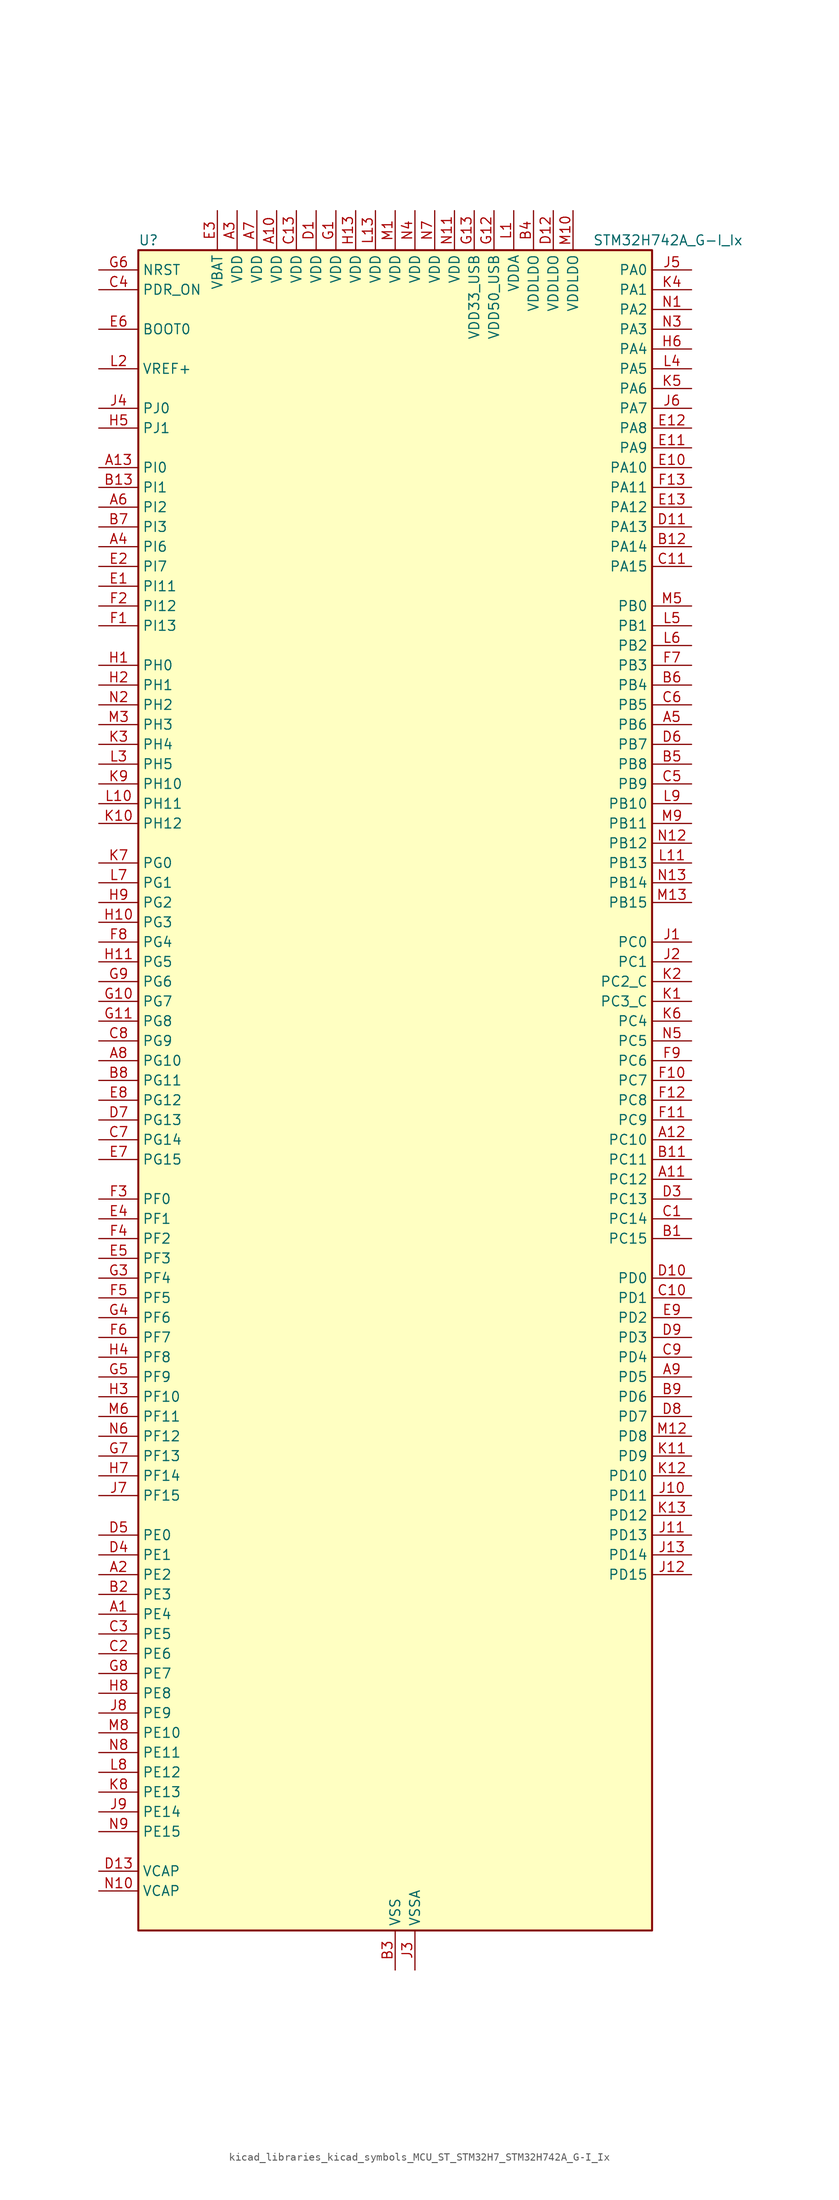
<source format=kicad_sym>
(kicad_symbol_lib
  (version 20220914)
  (generator kicad_symbol_editor)
  (symbol "kicad_libraries_kicad_symbols_MCU_ST_STM32H7_STM32H742A_G-I_Ix"
    (property "Reference" "U"
      (at -33.02 110.49 0)
      (effects (font (size 1.27 1.27)) (justify left)))
    (property "Value" "STM32H742A_G-I_Ix"
      (at 25.4 110.49 0)
      (effects (font (size 1.27 1.27)) (justify left)))
    (property "ki_locked" ""
      (at 0 0 0)
      (effects (font (size 1.27 1.27))))
    (symbol "kicad_libraries_kicad_symbols_MCU_ST_STM32H7_STM32H742A_G-I_Ix_0_1"
      (rectangle (start -33.02 -106.68) (end 33.02 109.22) (stroke (width 0.254) (type default)) (fill (type background))))
    (symbol "kicad_libraries_kicad_symbols_MCU_ST_STM32H7_STM32H742A_G-I_Ix_1_1"
      (pin bidirectional line (at -38.1 -66.04 0) (length 5.08) (name "PE4" (effects (font (size 1.27 1.27)))) (number "A1" (effects (font (size 1.27 1.27)))) (alternate "DCMI_D4" bidirectional line) (alternate "DEBUG_TRACED1" bidirectional line) (alternate "DFSDM1_DATIN3" bidirectional line) (alternate "FMC_A20" bidirectional line) (alternate "SAI1_D2" bidirectional line) (alternate "SAI1_FS_A" bidirectional line) (alternate "SAI4_D2" bidirectional line) (alternate "SAI4_FS_A" bidirectional line) (alternate "SPI4_NSS" bidirectional line) (alternate "TIM15_CH1N" bidirectional line))
      (pin power_in line (at -15.24 114.3 270) (length 5.08) (name "VDD" (effects (font (size 1.27 1.27)))) (number "A10" (effects (font (size 1.27 1.27)))))
      (pin bidirectional line (at 38.1 -10.16 180) (length 5.08) (name "PC12" (effects (font (size 1.27 1.27)))) (number "A11" (effects (font (size 1.27 1.27)))) (alternate "DCMI_D9" bidirectional line) (alternate "DEBUG_TRACED3" bidirectional line) (alternate "HRTIM_EEV2" bidirectional line) (alternate "I2S3_SDO" bidirectional line) (alternate "SDMMC1_CK" bidirectional line) (alternate "SPI3_MOSI" bidirectional line) (alternate "UART5_TX" bidirectional line) (alternate "USART3_CK" bidirectional line))
      (pin bidirectional line (at 38.1 -5.08 180) (length 5.08) (name "PC10" (effects (font (size 1.27 1.27)))) (number "A12" (effects (font (size 1.27 1.27)))) (alternate "DCMI_D8" bidirectional line) (alternate "DFSDM1_CKIN5" bidirectional line) (alternate "HRTIM_EEV1" bidirectional line) (alternate "I2S3_CK" bidirectional line) (alternate "QUADSPI_BK1_IO1" bidirectional line) (alternate "SDMMC1_D2" bidirectional line) (alternate "SPI3_SCK" bidirectional line) (alternate "UART4_TX" bidirectional line) (alternate "USART3_TX" bidirectional line))
      (pin bidirectional line (at -38.1 81.28 0) (length 5.08) (name "PI0" (effects (font (size 1.27 1.27)))) (number "A13" (effects (font (size 1.27 1.27)))) (alternate "DCMI_D13" bidirectional line) (alternate "FMC_D24" bidirectional line) (alternate "I2S2_WS" bidirectional line) (alternate "SPI2_NSS" bidirectional line) (alternate "TIM5_CH4" bidirectional line))
      (pin bidirectional line (at -38.1 -60.96 0) (length 5.08) (name "PE2" (effects (font (size 1.27 1.27)))) (number "A2" (effects (font (size 1.27 1.27)))) (alternate "DEBUG_TRACECLK" bidirectional line) (alternate "ETH_TXD3" bidirectional line) (alternate "FMC_A23" bidirectional line) (alternate "QUADSPI_BK1_IO2" bidirectional line) (alternate "SAI1_CK1" bidirectional line) (alternate "SAI1_MCLK_A" bidirectional line) (alternate "SAI4_CK1" bidirectional line) (alternate "SAI4_MCLK_A" bidirectional line) (alternate "SPI4_SCK" bidirectional line))
      (pin power_in line (at -20.32 114.3 270) (length 5.08) (name "VDD" (effects (font (size 1.27 1.27)))) (number "A3" (effects (font (size 1.27 1.27)))))
      (pin bidirectional line (at -38.1 71.12 0) (length 5.08) (name "PI6" (effects (font (size 1.27 1.27)))) (number "A4" (effects (font (size 1.27 1.27)))) (alternate "DCMI_D6" bidirectional line) (alternate "FMC_D28" bidirectional line) (alternate "SAI2_SD_A" bidirectional line) (alternate "TIM8_CH2" bidirectional line))
      (pin bidirectional line (at 38.1 48.26 180) (length 5.08) (name "PB6" (effects (font (size 1.27 1.27)))) (number "A5" (effects (font (size 1.27 1.27)))) (alternate "CEC" bidirectional line) (alternate "DCMI_D5" bidirectional line) (alternate "DFSDM1_DATIN5" bidirectional line) (alternate "FDCAN2_TX" bidirectional line) (alternate "FMC_SDNE1" bidirectional line) (alternate "HRTIM_EEV8" bidirectional line) (alternate "I2C1_SCL" bidirectional line) (alternate "I2C4_SCL" bidirectional line) (alternate "LPUART1_TX" bidirectional line) (alternate "QUADSPI_BK1_NCS" bidirectional line) (alternate "TIM16_CH1N" bidirectional line) (alternate "TIM4_CH1" bidirectional line) (alternate "UART5_TX" bidirectional line) (alternate "USART1_TX" bidirectional line))
      (pin bidirectional line (at -38.1 76.2 0) (length 5.08) (name "PI2" (effects (font (size 1.27 1.27)))) (number "A6" (effects (font (size 1.27 1.27)))) (alternate "DCMI_D9" bidirectional line) (alternate "FMC_D26" bidirectional line) (alternate "I2S2_SDI" bidirectional line) (alternate "SPI2_MISO" bidirectional line) (alternate "TIM8_CH4" bidirectional line))
      (pin power_in line (at -17.78 114.3 270) (length 5.08) (name "VDD" (effects (font (size 1.27 1.27)))) (number "A7" (effects (font (size 1.27 1.27)))))
      (pin bidirectional line (at -38.1 5.08 0) (length 5.08) (name "PG10" (effects (font (size 1.27 1.27)))) (number "A8" (effects (font (size 1.27 1.27)))) (alternate "DCMI_D2" bidirectional line) (alternate "FMC_NE3" bidirectional line) (alternate "HRTIM_FLT5" bidirectional line) (alternate "I2S1_WS" bidirectional line) (alternate "SAI2_SD_B" bidirectional line) (alternate "SPI1_NSS" bidirectional line))
      (pin bidirectional line (at 38.1 -35.56 180) (length 5.08) (name "PD5" (effects (font (size 1.27 1.27)))) (number "A9" (effects (font (size 1.27 1.27)))) (alternate "FMC_NWE" bidirectional line) (alternate "HRTIM_EEV3" bidirectional line) (alternate "USART2_TX" bidirectional line))
      (pin bidirectional line (at 38.1 -17.78 180) (length 5.08) (name "PC15" (effects (font (size 1.27 1.27)))) (number "B1" (effects (font (size 1.27 1.27)))) (alternate "ADC1_EXTI15" bidirectional line) (alternate "ADC2_EXTI15" bidirectional line) (alternate "ADC3_EXTI15" bidirectional line) (alternate "RCC_OSC32_OUT" bidirectional line))
      (pin passive line (at 0 -111.76 90) (length 5.08) hide (name "VSS" (effects (font (size 1.27 1.27)))) (number "B10" (effects (font (size 1.27 1.27)))))
      (pin bidirectional line (at 38.1 -7.62 180) (length 5.08) (name "PC11" (effects (font (size 1.27 1.27)))) (number "B11" (effects (font (size 1.27 1.27)))) (alternate "ADC1_EXTI11" bidirectional line) (alternate "ADC2_EXTI11" bidirectional line) (alternate "ADC3_EXTI11" bidirectional line) (alternate "DCMI_D4" bidirectional line) (alternate "DFSDM1_DATIN5" bidirectional line) (alternate "HRTIM_FLT2" bidirectional line) (alternate "I2S3_SDI" bidirectional line) (alternate "QUADSPI_BK2_NCS" bidirectional line) (alternate "SDMMC1_D3" bidirectional line) (alternate "SPI3_MISO" bidirectional line) (alternate "UART4_RX" bidirectional line) (alternate "USART3_RX" bidirectional line))
      (pin bidirectional line (at 38.1 71.12 180) (length 5.08) (name "PA14" (effects (font (size 1.27 1.27)))) (number "B12" (effects (font (size 1.27 1.27)))) (alternate "DEBUG_JTCK-SWCLK" bidirectional line))
      (pin bidirectional line (at -38.1 78.74 0) (length 5.08) (name "PI1" (effects (font (size 1.27 1.27)))) (number "B13" (effects (font (size 1.27 1.27)))) (alternate "DCMI_D8" bidirectional line) (alternate "FMC_D25" bidirectional line) (alternate "I2S2_CK" bidirectional line) (alternate "SPI2_SCK" bidirectional line) (alternate "TIM8_BKIN2" bidirectional line) (alternate "TIM8_BKIN2_COMP1" bidirectional line) (alternate "TIM8_BKIN2_COMP2" bidirectional line))
      (pin bidirectional line (at -38.1 -63.5 0) (length 5.08) (name "PE3" (effects (font (size 1.27 1.27)))) (number "B2" (effects (font (size 1.27 1.27)))) (alternate "DEBUG_TRACED0" bidirectional line) (alternate "FMC_A19" bidirectional line) (alternate "SAI1_SD_B" bidirectional line) (alternate "SAI4_SD_B" bidirectional line) (alternate "TIM15_BKIN" bidirectional line))
      (pin power_in line (at 0 -111.76 90) (length 5.08) (name "VSS" (effects (font (size 1.27 1.27)))) (number "B3" (effects (font (size 1.27 1.27)))))
      (pin power_in line (at 17.78 114.3 270) (length 5.08) (name "VDDLDO" (effects (font (size 1.27 1.27)))) (number "B4" (effects (font (size 1.27 1.27)))))
      (pin bidirectional line (at 38.1 43.18 180) (length 5.08) (name "PB8" (effects (font (size 1.27 1.27)))) (number "B5" (effects (font (size 1.27 1.27)))) (alternate "DCMI_D6" bidirectional line) (alternate "DFSDM1_CKIN7" bidirectional line) (alternate "ETH_TXD3" bidirectional line) (alternate "FDCAN1_RX" bidirectional line) (alternate "I2C1_SCL" bidirectional line) (alternate "I2C4_SCL" bidirectional line) (alternate "SDMMC1_CKIN" bidirectional line) (alternate "SDMMC1_D4" bidirectional line) (alternate "SDMMC2_D4" bidirectional line) (alternate "TIM16_CH1" bidirectional line) (alternate "TIM4_CH3" bidirectional line) (alternate "UART4_RX" bidirectional line))
      (pin bidirectional line (at 38.1 53.34 180) (length 5.08) (name "PB4" (effects (font (size 1.27 1.27)))) (number "B6" (effects (font (size 1.27 1.27)))) (alternate "DEBUG_JTRST" bidirectional line) (alternate "HRTIM_EEV6" bidirectional line) (alternate "I2S1_SDI" bidirectional line) (alternate "I2S2_WS" bidirectional line) (alternate "I2S3_SDI" bidirectional line) (alternate "SDMMC2_D3" bidirectional line) (alternate "SPI1_MISO" bidirectional line) (alternate "SPI2_NSS" bidirectional line) (alternate "SPI3_MISO" bidirectional line) (alternate "SPI6_MISO" bidirectional line) (alternate "TIM16_BKIN" bidirectional line) (alternate "TIM3_CH1" bidirectional line) (alternate "UART7_TX" bidirectional line))
      (pin bidirectional line (at -38.1 73.66 0) (length 5.08) (name "PI3" (effects (font (size 1.27 1.27)))) (number "B7" (effects (font (size 1.27 1.27)))) (alternate "DCMI_D10" bidirectional line) (alternate "FMC_D27" bidirectional line) (alternate "I2S2_SDO" bidirectional line) (alternate "SPI2_MOSI" bidirectional line) (alternate "TIM8_ETR" bidirectional line))
      (pin bidirectional line (at -38.1 2.54 0) (length 5.08) (name "PG11" (effects (font (size 1.27 1.27)))) (number "B8" (effects (font (size 1.27 1.27)))) (alternate "ADC1_EXTI11" bidirectional line) (alternate "ADC2_EXTI11" bidirectional line) (alternate "ADC3_EXTI11" bidirectional line) (alternate "DCMI_D3" bidirectional line) (alternate "ETH_TX_EN" bidirectional line) (alternate "HRTIM_EEV4" bidirectional line) (alternate "I2S1_CK" bidirectional line) (alternate "LPTIM1_IN2" bidirectional line) (alternate "SDMMC2_D2" bidirectional line) (alternate "SPDIFRX1_IN0" bidirectional line) (alternate "SPI1_SCK" bidirectional line))
      (pin bidirectional line (at 38.1 -38.1 180) (length 5.08) (name "PD6" (effects (font (size 1.27 1.27)))) (number "B9" (effects (font (size 1.27 1.27)))) (alternate "DCMI_D10" bidirectional line) (alternate "DFSDM1_CKIN4" bidirectional line) (alternate "DFSDM1_DATIN1" bidirectional line) (alternate "FMC_NWAIT" bidirectional line) (alternate "I2S3_SDO" bidirectional line) (alternate "SAI1_D1" bidirectional line) (alternate "SAI1_SD_A" bidirectional line) (alternate "SAI4_D1" bidirectional line) (alternate "SAI4_SD_A" bidirectional line) (alternate "SDMMC2_CK" bidirectional line) (alternate "SPI3_MOSI" bidirectional line) (alternate "USART2_RX" bidirectional line))
      (pin bidirectional line (at 38.1 -15.24 180) (length 5.08) (name "PC14" (effects (font (size 1.27 1.27)))) (number "C1" (effects (font (size 1.27 1.27)))) (alternate "RCC_OSC32_IN" bidirectional line))
      (pin bidirectional line (at 38.1 -25.4 180) (length 5.08) (name "PD1" (effects (font (size 1.27 1.27)))) (number "C10" (effects (font (size 1.27 1.27)))) (alternate "DFSDM1_DATIN6" bidirectional line) (alternate "FDCAN1_TX" bidirectional line) (alternate "FMC_D3" bidirectional line) (alternate "FMC_DA3" bidirectional line) (alternate "SAI3_SD_A" bidirectional line) (alternate "UART4_TX" bidirectional line))
      (pin bidirectional line (at 38.1 68.58 180) (length 5.08) (name "PA15" (effects (font (size 1.27 1.27)))) (number "C11" (effects (font (size 1.27 1.27)))) (alternate "ADC1_EXTI15" bidirectional line) (alternate "ADC2_EXTI15" bidirectional line) (alternate "ADC3_EXTI15" bidirectional line) (alternate "CEC" bidirectional line) (alternate "DEBUG_JTDI" bidirectional line) (alternate "HRTIM_FLT1" bidirectional line) (alternate "I2S1_WS" bidirectional line) (alternate "I2S3_WS" bidirectional line) (alternate "SPI1_NSS" bidirectional line) (alternate "SPI3_NSS" bidirectional line) (alternate "SPI6_NSS" bidirectional line) (alternate "TIM2_CH1" bidirectional line) (alternate "TIM2_ETR" bidirectional line) (alternate "UART4_DE" bidirectional line) (alternate "UART4_RTS" bidirectional line) (alternate "UART7_TX" bidirectional line))
      (pin passive line (at 0 -111.76 90) (length 5.08) hide (name "VSS" (effects (font (size 1.27 1.27)))) (number "C12" (effects (font (size 1.27 1.27)))))
      (pin power_in line (at -12.7 114.3 270) (length 5.08) (name "VDD" (effects (font (size 1.27 1.27)))) (number "C13" (effects (font (size 1.27 1.27)))))
      (pin bidirectional line (at -38.1 -71.12 0) (length 5.08) (name "PE6" (effects (font (size 1.27 1.27)))) (number "C2" (effects (font (size 1.27 1.27)))) (alternate "DCMI_D7" bidirectional line) (alternate "DEBUG_TRACED3" bidirectional line) (alternate "FMC_A22" bidirectional line) (alternate "SAI1_D1" bidirectional line) (alternate "SAI1_SD_A" bidirectional line) (alternate "SAI2_MCLK_B" bidirectional line) (alternate "SAI4_D1" bidirectional line) (alternate "SAI4_SD_A" bidirectional line) (alternate "SPI4_MOSI" bidirectional line) (alternate "TIM15_CH2" bidirectional line) (alternate "TIM1_BKIN2" bidirectional line) (alternate "TIM1_BKIN2_COMP1" bidirectional line) (alternate "TIM1_BKIN2_COMP2" bidirectional line))
      (pin bidirectional line (at -38.1 -68.58 0) (length 5.08) (name "PE5" (effects (font (size 1.27 1.27)))) (number "C3" (effects (font (size 1.27 1.27)))) (alternate "DCMI_D6" bidirectional line) (alternate "DEBUG_TRACED2" bidirectional line) (alternate "DFSDM1_CKIN3" bidirectional line) (alternate "FMC_A21" bidirectional line) (alternate "SAI1_CK2" bidirectional line) (alternate "SAI1_SCK_A" bidirectional line) (alternate "SAI4_CK2" bidirectional line) (alternate "SAI4_SCK_A" bidirectional line) (alternate "SPI4_MISO" bidirectional line) (alternate "TIM15_CH1" bidirectional line))
      (pin input line (at -38.1 104.14 0) (length 5.08) (name "PDR_ON" (effects (font (size 1.27 1.27)))) (number "C4" (effects (font (size 1.27 1.27)))))
      (pin bidirectional line (at 38.1 40.64 180) (length 5.08) (name "PB9" (effects (font (size 1.27 1.27)))) (number "C5" (effects (font (size 1.27 1.27)))) (alternate "DAC1_EXTI9" bidirectional line) (alternate "DCMI_D7" bidirectional line) (alternate "DFSDM1_DATIN7" bidirectional line) (alternate "FDCAN1_TX" bidirectional line) (alternate "I2C1_SDA" bidirectional line) (alternate "I2C4_SDA" bidirectional line) (alternate "I2C4_SMBA" bidirectional line) (alternate "I2S2_WS" bidirectional line) (alternate "SDMMC1_CDIR" bidirectional line) (alternate "SDMMC1_D5" bidirectional line) (alternate "SDMMC2_D5" bidirectional line) (alternate "SPI2_NSS" bidirectional line) (alternate "TIM17_CH1" bidirectional line) (alternate "TIM4_CH4" bidirectional line) (alternate "UART4_TX" bidirectional line))
      (pin bidirectional line (at 38.1 50.8 180) (length 5.08) (name "PB5" (effects (font (size 1.27 1.27)))) (number "C6" (effects (font (size 1.27 1.27)))) (alternate "DCMI_D10" bidirectional line) (alternate "ETH_PPS_OUT" bidirectional line) (alternate "FDCAN2_RX" bidirectional line) (alternate "FMC_SDCKE1" bidirectional line) (alternate "HRTIM_EEV7" bidirectional line) (alternate "I2C1_SMBA" bidirectional line) (alternate "I2C4_SMBA" bidirectional line) (alternate "I2S1_SDO" bidirectional line) (alternate "I2S3_SDO" bidirectional line) (alternate "SPI1_MOSI" bidirectional line) (alternate "SPI3_MOSI" bidirectional line) (alternate "SPI6_MOSI" bidirectional line) (alternate "TIM17_BKIN" bidirectional line) (alternate "TIM3_CH2" bidirectional line) (alternate "UART5_RX" bidirectional line) (alternate "USB_OTG_HS_ULPI_D7" bidirectional line))
      (pin bidirectional line (at -38.1 -5.08 0) (length 5.08) (name "PG14" (effects (font (size 1.27 1.27)))) (number "C7" (effects (font (size 1.27 1.27)))) (alternate "DEBUG_TRACED1" bidirectional line) (alternate "ETH_TXD1" bidirectional line) (alternate "FMC_A25" bidirectional line) (alternate "LPTIM1_ETR" bidirectional line) (alternate "QUADSPI_BK2_IO3" bidirectional line) (alternate "SPI6_MOSI" bidirectional line) (alternate "USART6_TX" bidirectional line))
      (pin bidirectional line (at -38.1 7.62 0) (length 5.08) (name "PG9" (effects (font (size 1.27 1.27)))) (number "C8" (effects (font (size 1.27 1.27)))) (alternate "DAC1_EXTI9" bidirectional line) (alternate "DCMI_VSYNC" bidirectional line) (alternate "FMC_NCE" bidirectional line) (alternate "FMC_NE2" bidirectional line) (alternate "I2S1_SDI" bidirectional line) (alternate "QUADSPI_BK2_IO2" bidirectional line) (alternate "SAI2_FS_B" bidirectional line) (alternate "SPDIFRX1_IN3" bidirectional line) (alternate "SPI1_MISO" bidirectional line) (alternate "USART6_RX" bidirectional line))
      (pin bidirectional line (at 38.1 -33.02 180) (length 5.08) (name "PD4" (effects (font (size 1.27 1.27)))) (number "C9" (effects (font (size 1.27 1.27)))) (alternate "FMC_NOE" bidirectional line) (alternate "HRTIM_FLT3" bidirectional line) (alternate "SAI3_FS_A" bidirectional line) (alternate "USART2_DE" bidirectional line) (alternate "USART2_RTS" bidirectional line))
      (pin power_in line (at -10.16 114.3 270) (length 5.08) (name "VDD" (effects (font (size 1.27 1.27)))) (number "D1" (effects (font (size 1.27 1.27)))))
      (pin bidirectional line (at 38.1 -22.86 180) (length 5.08) (name "PD0" (effects (font (size 1.27 1.27)))) (number "D10" (effects (font (size 1.27 1.27)))) (alternate "DFSDM1_CKIN6" bidirectional line) (alternate "FDCAN1_RX" bidirectional line) (alternate "FMC_D2" bidirectional line) (alternate "FMC_DA2" bidirectional line) (alternate "SAI3_SCK_A" bidirectional line) (alternate "UART4_RX" bidirectional line))
      (pin bidirectional line (at 38.1 73.66 180) (length 5.08) (name "PA13" (effects (font (size 1.27 1.27)))) (number "D11" (effects (font (size 1.27 1.27)))) (alternate "DEBUG_JTMS-SWDIO" bidirectional line))
      (pin power_in line (at 20.32 114.3 270) (length 5.08) (name "VDDLDO" (effects (font (size 1.27 1.27)))) (number "D12" (effects (font (size 1.27 1.27)))))
      (pin power_out line (at -38.1 -99.06 0) (length 5.08) (name "VCAP" (effects (font (size 1.27 1.27)))) (number "D13" (effects (font (size 1.27 1.27)))))
      (pin passive line (at 0 -111.76 90) (length 5.08) hide (name "VSS" (effects (font (size 1.27 1.27)))) (number "D2" (effects (font (size 1.27 1.27)))))
      (pin bidirectional line (at 38.1 -12.7 180) (length 5.08) (name "PC13" (effects (font (size 1.27 1.27)))) (number "D3" (effects (font (size 1.27 1.27)))) (alternate "PWR_WKUP2" bidirectional line) (alternate "RTC_OUT_ALARM" bidirectional line) (alternate "RTC_OUT_CALIB" bidirectional line) (alternate "RTC_TAMP1" bidirectional line) (alternate "RTC_TS" bidirectional line))
      (pin bidirectional line (at -38.1 -58.42 0) (length 5.08) (name "PE1" (effects (font (size 1.27 1.27)))) (number "D4" (effects (font (size 1.27 1.27)))) (alternate "DCMI_D3" bidirectional line) (alternate "FMC_NBL1" bidirectional line) (alternate "HRTIM_SCOUT" bidirectional line) (alternate "LPTIM1_IN2" bidirectional line) (alternate "UART8_TX" bidirectional line))
      (pin bidirectional line (at -38.1 -55.88 0) (length 5.08) (name "PE0" (effects (font (size 1.27 1.27)))) (number "D5" (effects (font (size 1.27 1.27)))) (alternate "DCMI_D2" bidirectional line) (alternate "FMC_NBL0" bidirectional line) (alternate "HRTIM_SCIN" bidirectional line) (alternate "LPTIM1_ETR" bidirectional line) (alternate "LPTIM2_ETR" bidirectional line) (alternate "SAI2_MCLK_A" bidirectional line) (alternate "TIM4_ETR" bidirectional line) (alternate "UART8_RX" bidirectional line))
      (pin bidirectional line (at 38.1 45.72 180) (length 5.08) (name "PB7" (effects (font (size 1.27 1.27)))) (number "D6" (effects (font (size 1.27 1.27)))) (alternate "DCMI_VSYNC" bidirectional line) (alternate "DFSDM1_CKIN5" bidirectional line) (alternate "FMC_NL" bidirectional line) (alternate "HRTIM_EEV9" bidirectional line) (alternate "I2C1_SDA" bidirectional line) (alternate "I2C4_SDA" bidirectional line) (alternate "LPUART1_RX" bidirectional line) (alternate "PWR_PVD_IN" bidirectional line) (alternate "TIM17_CH1N" bidirectional line) (alternate "TIM4_CH2" bidirectional line) (alternate "USART1_RX" bidirectional line))
      (pin bidirectional line (at -38.1 -2.54 0) (length 5.08) (name "PG13" (effects (font (size 1.27 1.27)))) (number "D7" (effects (font (size 1.27 1.27)))) (alternate "DEBUG_TRACED0" bidirectional line) (alternate "ETH_TXD0" bidirectional line) (alternate "FMC_A24" bidirectional line) (alternate "HRTIM_EEV10" bidirectional line) (alternate "LPTIM1_OUT" bidirectional line) (alternate "SPI6_SCK" bidirectional line) (alternate "USART6_CTS" bidirectional line) (alternate "USART6_NSS" bidirectional line))
      (pin bidirectional line (at 38.1 -40.64 180) (length 5.08) (name "PD7" (effects (font (size 1.27 1.27)))) (number "D8" (effects (font (size 1.27 1.27)))) (alternate "DFSDM1_CKIN1" bidirectional line) (alternate "DFSDM1_DATIN4" bidirectional line) (alternate "FMC_NE1" bidirectional line) (alternate "I2S1_SDO" bidirectional line) (alternate "SDMMC2_CMD" bidirectional line) (alternate "SPDIFRX1_IN0" bidirectional line) (alternate "SPI1_MOSI" bidirectional line) (alternate "USART2_CK" bidirectional line))
      (pin bidirectional line (at 38.1 -30.48 180) (length 5.08) (name "PD3" (effects (font (size 1.27 1.27)))) (number "D9" (effects (font (size 1.27 1.27)))) (alternate "DCMI_D5" bidirectional line) (alternate "DFSDM1_CKOUT" bidirectional line) (alternate "FMC_CLK" bidirectional line) (alternate "I2S2_CK" bidirectional line) (alternate "SPI2_SCK" bidirectional line) (alternate "USART2_CTS" bidirectional line) (alternate "USART2_NSS" bidirectional line))
      (pin bidirectional line (at -38.1 66.04 0) (length 5.08) (name "PI11" (effects (font (size 1.27 1.27)))) (number "E1" (effects (font (size 1.27 1.27)))) (alternate "ADC1_EXTI11" bidirectional line) (alternate "ADC2_EXTI11" bidirectional line) (alternate "ADC3_EXTI11" bidirectional line) (alternate "PWR_WKUP4" bidirectional line) (alternate "USB_OTG_HS_ULPI_DIR" bidirectional line))
      (pin bidirectional line (at 38.1 81.28 180) (length 5.08) (name "PA10" (effects (font (size 1.27 1.27)))) (number "E10" (effects (font (size 1.27 1.27)))) (alternate "DCMI_D1" bidirectional line) (alternate "HRTIM_CHC2" bidirectional line) (alternate "LPUART1_RX" bidirectional line) (alternate "MDIOS_MDIO" bidirectional line) (alternate "TIM1_CH3" bidirectional line) (alternate "USART1_RX" bidirectional line) (alternate "USB_OTG_FS_ID" bidirectional line))
      (pin bidirectional line (at 38.1 83.82 180) (length 5.08) (name "PA9" (effects (font (size 1.27 1.27)))) (number "E11" (effects (font (size 1.27 1.27)))) (alternate "DAC1_EXTI9" bidirectional line) (alternate "DCMI_D0" bidirectional line) (alternate "HRTIM_CHC1" bidirectional line) (alternate "I2C3_SMBA" bidirectional line) (alternate "I2S2_CK" bidirectional line) (alternate "LPUART1_TX" bidirectional line) (alternate "SPI2_SCK" bidirectional line) (alternate "TIM1_CH2" bidirectional line) (alternate "USART1_TX" bidirectional line) (alternate "USB_OTG_FS_VBUS" bidirectional line))
      (pin bidirectional line (at 38.1 86.36 180) (length 5.08) (name "PA8" (effects (font (size 1.27 1.27)))) (number "E12" (effects (font (size 1.27 1.27)))) (alternate "HRTIM_CHB2" bidirectional line) (alternate "I2C3_SCL" bidirectional line) (alternate "RCC_MCO_1" bidirectional line) (alternate "TIM1_CH1" bidirectional line) (alternate "TIM8_BKIN2" bidirectional line) (alternate "TIM8_BKIN2_COMP1" bidirectional line) (alternate "TIM8_BKIN2_COMP2" bidirectional line) (alternate "UART7_RX" bidirectional line) (alternate "USART1_CK" bidirectional line) (alternate "USB_OTG_FS_SOF" bidirectional line))
      (pin bidirectional line (at 38.1 76.2 180) (length 5.08) (name "PA12" (effects (font (size 1.27 1.27)))) (number "E13" (effects (font (size 1.27 1.27)))) (alternate "FDCAN1_TX" bidirectional line) (alternate "HRTIM_CHD2" bidirectional line) (alternate "I2S2_CK" bidirectional line) (alternate "LPUART1_DE" bidirectional line) (alternate "LPUART1_RTS" bidirectional line) (alternate "SAI2_FS_B" bidirectional line) (alternate "SPI2_SCK" bidirectional line) (alternate "TIM1_ETR" bidirectional line) (alternate "UART4_TX" bidirectional line) (alternate "USART1_DE" bidirectional line) (alternate "USART1_RTS" bidirectional line) (alternate "USB_OTG_FS_DP" bidirectional line))
      (pin bidirectional line (at -38.1 68.58 0) (length 5.08) (name "PI7" (effects (font (size 1.27 1.27)))) (number "E2" (effects (font (size 1.27 1.27)))) (alternate "DCMI_D7" bidirectional line) (alternate "FMC_D29" bidirectional line) (alternate "SAI2_FS_A" bidirectional line) (alternate "TIM8_CH3" bidirectional line))
      (pin power_in line (at -22.86 114.3 270) (length 5.08) (name "VBAT" (effects (font (size 1.27 1.27)))) (number "E3" (effects (font (size 1.27 1.27)))))
      (pin bidirectional line (at -38.1 -15.24 0) (length 5.08) (name "PF1" (effects (font (size 1.27 1.27)))) (number "E4" (effects (font (size 1.27 1.27)))) (alternate "FMC_A1" bidirectional line) (alternate "I2C2_SCL" bidirectional line))
      (pin bidirectional line (at -38.1 -20.32 0) (length 5.08) (name "PF3" (effects (font (size 1.27 1.27)))) (number "E5" (effects (font (size 1.27 1.27)))) (alternate "ADC3_INP5" bidirectional line) (alternate "FMC_A3" bidirectional line))
      (pin input line (at -38.1 99.06 0) (length 5.08) (name "BOOT0" (effects (font (size 1.27 1.27)))) (number "E6" (effects (font (size 1.27 1.27)))))
      (pin bidirectional line (at -38.1 -7.62 0) (length 5.08) (name "PG15" (effects (font (size 1.27 1.27)))) (number "E7" (effects (font (size 1.27 1.27)))) (alternate "ADC1_EXTI15" bidirectional line) (alternate "ADC2_EXTI15" bidirectional line) (alternate "ADC3_EXTI15" bidirectional line) (alternate "DCMI_D13" bidirectional line) (alternate "FMC_SDNCAS" bidirectional line) (alternate "USART6_CTS" bidirectional line) (alternate "USART6_NSS" bidirectional line))
      (pin bidirectional line (at -38.1 0 0) (length 5.08) (name "PG12" (effects (font (size 1.27 1.27)))) (number "E8" (effects (font (size 1.27 1.27)))) (alternate "ETH_TXD1" bidirectional line) (alternate "FMC_NE4" bidirectional line) (alternate "HRTIM_EEV5" bidirectional line) (alternate "LPTIM1_IN1" bidirectional line) (alternate "SPDIFRX1_IN1" bidirectional line) (alternate "SPI6_MISO" bidirectional line) (alternate "USART6_DE" bidirectional line) (alternate "USART6_RTS" bidirectional line))
      (pin bidirectional line (at 38.1 -27.94 180) (length 5.08) (name "PD2" (effects (font (size 1.27 1.27)))) (number "E9" (effects (font (size 1.27 1.27)))) (alternate "DCMI_D11" bidirectional line) (alternate "DEBUG_TRACED2" bidirectional line) (alternate "SDMMC1_CMD" bidirectional line) (alternate "TIM3_ETR" bidirectional line) (alternate "UART5_RX" bidirectional line))
      (pin bidirectional line (at -38.1 60.96 0) (length 5.08) (name "PI13" (effects (font (size 1.27 1.27)))) (number "F1" (effects (font (size 1.27 1.27)))))
      (pin bidirectional line (at 38.1 2.54 180) (length 5.08) (name "PC7" (effects (font (size 1.27 1.27)))) (number "F10" (effects (font (size 1.27 1.27)))) (alternate "DCMI_D1" bidirectional line) (alternate "DEBUG_TRGIO" bidirectional line) (alternate "DFSDM1_DATIN3" bidirectional line) (alternate "FMC_NE1" bidirectional line) (alternate "HRTIM_CHA2" bidirectional line) (alternate "I2S3_MCK" bidirectional line) (alternate "SDMMC1_D123DIR" bidirectional line) (alternate "SDMMC1_D7" bidirectional line) (alternate "SDMMC2_D7" bidirectional line) (alternate "SWPMI1_TX" bidirectional line) (alternate "TIM3_CH2" bidirectional line) (alternate "TIM8_CH2" bidirectional line) (alternate "USART6_RX" bidirectional line))
      (pin bidirectional line (at 38.1 -2.54 180) (length 5.08) (name "PC9" (effects (font (size 1.27 1.27)))) (number "F11" (effects (font (size 1.27 1.27)))) (alternate "DAC1_EXTI9" bidirectional line) (alternate "DCMI_D3" bidirectional line) (alternate "I2C3_SDA" bidirectional line) (alternate "I2S_CKIN" bidirectional line) (alternate "QUADSPI_BK1_IO0" bidirectional line) (alternate "RCC_MCO_2" bidirectional line) (alternate "SDMMC1_D1" bidirectional line) (alternate "SWPMI1_SUSPEND" bidirectional line) (alternate "TIM3_CH4" bidirectional line) (alternate "TIM8_CH4" bidirectional line) (alternate "UART5_CTS" bidirectional line))
      (pin bidirectional line (at 38.1 0 180) (length 5.08) (name "PC8" (effects (font (size 1.27 1.27)))) (number "F12" (effects (font (size 1.27 1.27)))) (alternate "DCMI_D2" bidirectional line) (alternate "DEBUG_TRACED1" bidirectional line) (alternate "FMC_NCE" bidirectional line) (alternate "FMC_NE2" bidirectional line) (alternate "HRTIM_CHB1" bidirectional line) (alternate "SDMMC1_D0" bidirectional line) (alternate "SWPMI1_RX" bidirectional line) (alternate "TIM3_CH3" bidirectional line) (alternate "TIM8_CH3" bidirectional line) (alternate "UART5_DE" bidirectional line) (alternate "UART5_RTS" bidirectional line) (alternate "USART6_CK" bidirectional line))
      (pin bidirectional line (at 38.1 78.74 180) (length 5.08) (name "PA11" (effects (font (size 1.27 1.27)))) (number "F13" (effects (font (size 1.27 1.27)))) (alternate "ADC1_EXTI11" bidirectional line) (alternate "ADC2_EXTI11" bidirectional line) (alternate "ADC3_EXTI11" bidirectional line) (alternate "FDCAN1_RX" bidirectional line) (alternate "HRTIM_CHD1" bidirectional line) (alternate "I2S2_WS" bidirectional line) (alternate "LPUART1_CTS" bidirectional line) (alternate "SPI2_NSS" bidirectional line) (alternate "TIM1_CH4" bidirectional line) (alternate "UART4_RX" bidirectional line) (alternate "USART1_CTS" bidirectional line) (alternate "USART1_NSS" bidirectional line) (alternate "USB_OTG_FS_DM" bidirectional line))
      (pin bidirectional line (at -38.1 63.5 0) (length 5.08) (name "PI12" (effects (font (size 1.27 1.27)))) (number "F2" (effects (font (size 1.27 1.27)))))
      (pin bidirectional line (at -38.1 -12.7 0) (length 5.08) (name "PF0" (effects (font (size 1.27 1.27)))) (number "F3" (effects (font (size 1.27 1.27)))) (alternate "FMC_A0" bidirectional line) (alternate "I2C2_SDA" bidirectional line))
      (pin bidirectional line (at -38.1 -17.78 0) (length 5.08) (name "PF2" (effects (font (size 1.27 1.27)))) (number "F4" (effects (font (size 1.27 1.27)))) (alternate "FMC_A2" bidirectional line) (alternate "I2C2_SMBA" bidirectional line))
      (pin bidirectional line (at -38.1 -25.4 0) (length 5.08) (name "PF5" (effects (font (size 1.27 1.27)))) (number "F5" (effects (font (size 1.27 1.27)))) (alternate "ADC3_INP4" bidirectional line) (alternate "FMC_A5" bidirectional line))
      (pin bidirectional line (at -38.1 -30.48 0) (length 5.08) (name "PF7" (effects (font (size 1.27 1.27)))) (number "F6" (effects (font (size 1.27 1.27)))) (alternate "ADC3_INP3" bidirectional line) (alternate "QUADSPI_BK1_IO2" bidirectional line) (alternate "SAI1_MCLK_B" bidirectional line) (alternate "SAI4_MCLK_B" bidirectional line) (alternate "SPI5_SCK" bidirectional line) (alternate "TIM17_CH1" bidirectional line) (alternate "UART7_TX" bidirectional line))
      (pin bidirectional line (at 38.1 55.88 180) (length 5.08) (name "PB3" (effects (font (size 1.27 1.27)))) (number "F7" (effects (font (size 1.27 1.27)))) (alternate "CRS_SYNC" bidirectional line) (alternate "DEBUG_JTDO-SWO" bidirectional line) (alternate "HRTIM_FLT4" bidirectional line) (alternate "I2S1_CK" bidirectional line) (alternate "I2S3_CK" bidirectional line) (alternate "SDMMC2_D2" bidirectional line) (alternate "SPI1_SCK" bidirectional line) (alternate "SPI3_SCK" bidirectional line) (alternate "SPI6_SCK" bidirectional line) (alternate "TIM2_CH2" bidirectional line) (alternate "UART7_RX" bidirectional line))
      (pin bidirectional line (at -38.1 20.32 0) (length 5.08) (name "PG4" (effects (font (size 1.27 1.27)))) (number "F8" (effects (font (size 1.27 1.27)))) (alternate "FMC_A14" bidirectional line) (alternate "FMC_BA0" bidirectional line) (alternate "TIM1_BKIN2" bidirectional line) (alternate "TIM1_BKIN2_COMP1" bidirectional line) (alternate "TIM1_BKIN2_COMP2" bidirectional line))
      (pin bidirectional line (at 38.1 5.08 180) (length 5.08) (name "PC6" (effects (font (size 1.27 1.27)))) (number "F9" (effects (font (size 1.27 1.27)))) (alternate "DCMI_D0" bidirectional line) (alternate "DFSDM1_CKIN3" bidirectional line) (alternate "FMC_NWAIT" bidirectional line) (alternate "HRTIM_CHA1" bidirectional line) (alternate "I2S2_MCK" bidirectional line) (alternate "SDMMC1_D0DIR" bidirectional line) (alternate "SDMMC1_D6" bidirectional line) (alternate "SDMMC2_D6" bidirectional line) (alternate "SWPMI1_IO" bidirectional line) (alternate "TIM3_CH1" bidirectional line) (alternate "TIM8_CH1" bidirectional line) (alternate "USART6_TX" bidirectional line))
      (pin power_in line (at -7.62 114.3 270) (length 5.08) (name "VDD" (effects (font (size 1.27 1.27)))) (number "G1" (effects (font (size 1.27 1.27)))))
      (pin bidirectional line (at -38.1 12.7 0) (length 5.08) (name "PG7" (effects (font (size 1.27 1.27)))) (number "G10" (effects (font (size 1.27 1.27)))) (alternate "DCMI_D13" bidirectional line) (alternate "FMC_INT" bidirectional line) (alternate "HRTIM_CHE2" bidirectional line) (alternate "SAI1_MCLK_A" bidirectional line) (alternate "USART6_CK" bidirectional line))
      (pin bidirectional line (at -38.1 10.16 0) (length 5.08) (name "PG8" (effects (font (size 1.27 1.27)))) (number "G11" (effects (font (size 1.27 1.27)))) (alternate "ETH_PPS_OUT" bidirectional line) (alternate "FMC_SDCLK" bidirectional line) (alternate "SPDIFRX1_IN2" bidirectional line) (alternate "SPI6_NSS" bidirectional line) (alternate "TIM8_ETR" bidirectional line) (alternate "USART6_DE" bidirectional line) (alternate "USART6_RTS" bidirectional line))
      (pin power_in line (at 12.7 114.3 270) (length 5.08) (name "VDD50_USB" (effects (font (size 1.27 1.27)))) (number "G12" (effects (font (size 1.27 1.27)))))
      (pin power_in line (at 10.16 114.3 270) (length 5.08) (name "VDD33_USB" (effects (font (size 1.27 1.27)))) (number "G13" (effects (font (size 1.27 1.27)))))
      (pin passive line (at 0 -111.76 90) (length 5.08) hide (name "VSS" (effects (font (size 1.27 1.27)))) (number "G2" (effects (font (size 1.27 1.27)))))
      (pin bidirectional line (at -38.1 -22.86 0) (length 5.08) (name "PF4" (effects (font (size 1.27 1.27)))) (number "G3" (effects (font (size 1.27 1.27)))) (alternate "ADC3_INN5" bidirectional line) (alternate "ADC3_INP9" bidirectional line) (alternate "FMC_A4" bidirectional line))
      (pin bidirectional line (at -38.1 -27.94 0) (length 5.08) (name "PF6" (effects (font (size 1.27 1.27)))) (number "G4" (effects (font (size 1.27 1.27)))) (alternate "ADC3_INN4" bidirectional line) (alternate "ADC3_INP8" bidirectional line) (alternate "QUADSPI_BK1_IO3" bidirectional line) (alternate "SAI1_SD_B" bidirectional line) (alternate "SAI4_SD_B" bidirectional line) (alternate "SPI5_NSS" bidirectional line) (alternate "TIM16_CH1" bidirectional line) (alternate "UART7_RX" bidirectional line))
      (pin bidirectional line (at -38.1 -35.56 0) (length 5.08) (name "PF9" (effects (font (size 1.27 1.27)))) (number "G5" (effects (font (size 1.27 1.27)))) (alternate "ADC3_INP2" bidirectional line) (alternate "DAC1_EXTI9" bidirectional line) (alternate "QUADSPI_BK1_IO1" bidirectional line) (alternate "SAI1_FS_B" bidirectional line) (alternate "SAI4_FS_B" bidirectional line) (alternate "SPI5_MOSI" bidirectional line) (alternate "TIM14_CH1" bidirectional line) (alternate "TIM17_CH1N" bidirectional line) (alternate "UART7_CTS" bidirectional line))
      (pin input line (at -38.1 106.68 0) (length 5.08) (name "NRST" (effects (font (size 1.27 1.27)))) (number "G6" (effects (font (size 1.27 1.27)))))
      (pin bidirectional line (at -38.1 -45.72 0) (length 5.08) (name "PF13" (effects (font (size 1.27 1.27)))) (number "G7" (effects (font (size 1.27 1.27)))) (alternate "ADC2_INP2" bidirectional line) (alternate "DFSDM1_DATIN6" bidirectional line) (alternate "FMC_A7" bidirectional line) (alternate "I2C4_SMBA" bidirectional line))
      (pin bidirectional line (at -38.1 -73.66 0) (length 5.08) (name "PE7" (effects (font (size 1.27 1.27)))) (number "G8" (effects (font (size 1.27 1.27)))) (alternate "COMP2_INM" bidirectional line) (alternate "DFSDM1_DATIN2" bidirectional line) (alternate "FMC_D4" bidirectional line) (alternate "FMC_DA4" bidirectional line) (alternate "OPAMP2_VOUT" bidirectional line) (alternate "QUADSPI_BK2_IO0" bidirectional line) (alternate "TIM1_ETR" bidirectional line) (alternate "UART7_RX" bidirectional line))
      (pin bidirectional line (at -38.1 15.24 0) (length 5.08) (name "PG6" (effects (font (size 1.27 1.27)))) (number "G9" (effects (font (size 1.27 1.27)))) (alternate "DCMI_D12" bidirectional line) (alternate "FMC_NE3" bidirectional line) (alternate "HRTIM_CHE1" bidirectional line) (alternate "QUADSPI_BK1_NCS" bidirectional line) (alternate "TIM17_BKIN" bidirectional line))
      (pin bidirectional line (at -38.1 55.88 0) (length 5.08) (name "PH0" (effects (font (size 1.27 1.27)))) (number "H1" (effects (font (size 1.27 1.27)))) (alternate "RCC_OSC_IN" bidirectional line))
      (pin bidirectional line (at -38.1 22.86 0) (length 5.08) (name "PG3" (effects (font (size 1.27 1.27)))) (number "H10" (effects (font (size 1.27 1.27)))) (alternate "FMC_A13" bidirectional line) (alternate "TIM8_BKIN2" bidirectional line) (alternate "TIM8_BKIN2_COMP1" bidirectional line) (alternate "TIM8_BKIN2_COMP2" bidirectional line))
      (pin bidirectional line (at -38.1 17.78 0) (length 5.08) (name "PG5" (effects (font (size 1.27 1.27)))) (number "H11" (effects (font (size 1.27 1.27)))) (alternate "FMC_A15" bidirectional line) (alternate "FMC_BA1" bidirectional line) (alternate "TIM1_ETR" bidirectional line))
      (pin passive line (at 0 -111.76 90) (length 5.08) hide (name "VSS" (effects (font (size 1.27 1.27)))) (number "H12" (effects (font (size 1.27 1.27)))))
      (pin power_in line (at -5.08 114.3 270) (length 5.08) (name "VDD" (effects (font (size 1.27 1.27)))) (number "H13" (effects (font (size 1.27 1.27)))))
      (pin bidirectional line (at -38.1 53.34 0) (length 5.08) (name "PH1" (effects (font (size 1.27 1.27)))) (number "H2" (effects (font (size 1.27 1.27)))) (alternate "RCC_OSC_OUT" bidirectional line))
      (pin bidirectional line (at -38.1 -38.1 0) (length 5.08) (name "PF10" (effects (font (size 1.27 1.27)))) (number "H3" (effects (font (size 1.27 1.27)))) (alternate "ADC3_INN2" bidirectional line) (alternate "ADC3_INP6" bidirectional line) (alternate "DCMI_D11" bidirectional line) (alternate "QUADSPI_CLK" bidirectional line) (alternate "SAI1_D3" bidirectional line) (alternate "SAI4_D3" bidirectional line) (alternate "TIM16_BKIN" bidirectional line))
      (pin bidirectional line (at -38.1 -33.02 0) (length 5.08) (name "PF8" (effects (font (size 1.27 1.27)))) (number "H4" (effects (font (size 1.27 1.27)))) (alternate "ADC3_INN3" bidirectional line) (alternate "ADC3_INP7" bidirectional line) (alternate "QUADSPI_BK1_IO0" bidirectional line) (alternate "SAI1_SCK_B" bidirectional line) (alternate "SAI4_SCK_B" bidirectional line) (alternate "SPI5_MISO" bidirectional line) (alternate "TIM13_CH1" bidirectional line) (alternate "TIM16_CH1N" bidirectional line) (alternate "UART7_DE" bidirectional line) (alternate "UART7_RTS" bidirectional line))
      (pin bidirectional line (at -38.1 86.36 0) (length 5.08) (name "PJ1" (effects (font (size 1.27 1.27)))) (number "H5" (effects (font (size 1.27 1.27)))))
      (pin bidirectional line (at 38.1 96.52 180) (length 5.08) (name "PA4" (effects (font (size 1.27 1.27)))) (number "H6" (effects (font (size 1.27 1.27)))) (alternate "ADC1_INP18" bidirectional line) (alternate "ADC2_INP18" bidirectional line) (alternate "DAC1_OUT1" bidirectional line) (alternate "DCMI_HSYNC" bidirectional line) (alternate "I2S1_WS" bidirectional line) (alternate "I2S3_WS" bidirectional line) (alternate "SPI1_NSS" bidirectional line) (alternate "SPI3_NSS" bidirectional line) (alternate "SPI6_NSS" bidirectional line) (alternate "TIM5_ETR" bidirectional line) (alternate "USART2_CK" bidirectional line) (alternate "USB_OTG_HS_SOF" bidirectional line))
      (pin bidirectional line (at -38.1 -48.26 0) (length 5.08) (name "PF14" (effects (font (size 1.27 1.27)))) (number "H7" (effects (font (size 1.27 1.27)))) (alternate "ADC2_INN2" bidirectional line) (alternate "ADC2_INP6" bidirectional line) (alternate "DFSDM1_CKIN6" bidirectional line) (alternate "FMC_A8" bidirectional line) (alternate "I2C4_SCL" bidirectional line))
      (pin bidirectional line (at -38.1 -76.2 0) (length 5.08) (name "PE8" (effects (font (size 1.27 1.27)))) (number "H8" (effects (font (size 1.27 1.27)))) (alternate "COMP2_OUT" bidirectional line) (alternate "DFSDM1_CKIN2" bidirectional line) (alternate "FMC_D5" bidirectional line) (alternate "FMC_DA5" bidirectional line) (alternate "OPAMP2_VINM" bidirectional line) (alternate "OPAMP2_VINM0" bidirectional line) (alternate "QUADSPI_BK2_IO1" bidirectional line) (alternate "TIM1_CH1N" bidirectional line) (alternate "UART7_TX" bidirectional line))
      (pin bidirectional line (at -38.1 25.4 0) (length 5.08) (name "PG2" (effects (font (size 1.27 1.27)))) (number "H9" (effects (font (size 1.27 1.27)))) (alternate "FMC_A12" bidirectional line) (alternate "TIM8_BKIN" bidirectional line) (alternate "TIM8_BKIN_COMP1" bidirectional line) (alternate "TIM8_BKIN_COMP2" bidirectional line))
      (pin bidirectional line (at 38.1 20.32 180) (length 5.08) (name "PC0" (effects (font (size 1.27 1.27)))) (number "J1" (effects (font (size 1.27 1.27)))) (alternate "ADC1_INP10" bidirectional line) (alternate "ADC2_INP10" bidirectional line) (alternate "ADC3_INP10" bidirectional line) (alternate "DFSDM1_CKIN0" bidirectional line) (alternate "DFSDM1_DATIN4" bidirectional line) (alternate "FMC_SDNWE" bidirectional line) (alternate "SAI2_FS_B" bidirectional line) (alternate "USB_OTG_HS_ULPI_STP" bidirectional line))
      (pin bidirectional line (at 38.1 -50.8 180) (length 5.08) (name "PD11" (effects (font (size 1.27 1.27)))) (number "J10" (effects (font (size 1.27 1.27)))) (alternate "ADC1_EXTI11" bidirectional line) (alternate "ADC2_EXTI11" bidirectional line) (alternate "ADC3_EXTI11" bidirectional line) (alternate "FMC_A16" bidirectional line) (alternate "FMC_CLE" bidirectional line) (alternate "I2C4_SMBA" bidirectional line) (alternate "LPTIM2_IN2" bidirectional line) (alternate "QUADSPI_BK1_IO0" bidirectional line) (alternate "SAI2_SD_A" bidirectional line) (alternate "USART3_CTS" bidirectional line) (alternate "USART3_NSS" bidirectional line))
      (pin bidirectional line (at 38.1 -55.88 180) (length 5.08) (name "PD13" (effects (font (size 1.27 1.27)))) (number "J11" (effects (font (size 1.27 1.27)))) (alternate "FMC_A18" bidirectional line) (alternate "I2C4_SDA" bidirectional line) (alternate "LPTIM1_OUT" bidirectional line) (alternate "QUADSPI_BK1_IO3" bidirectional line) (alternate "SAI2_SCK_A" bidirectional line) (alternate "TIM4_CH2" bidirectional line))
      (pin bidirectional line (at 38.1 -60.96 180) (length 5.08) (name "PD15" (effects (font (size 1.27 1.27)))) (number "J12" (effects (font (size 1.27 1.27)))) (alternate "ADC1_EXTI15" bidirectional line) (alternate "ADC2_EXTI15" bidirectional line) (alternate "ADC3_EXTI15" bidirectional line) (alternate "FMC_D1" bidirectional line) (alternate "FMC_DA1" bidirectional line) (alternate "SAI3_MCLK_A" bidirectional line) (alternate "TIM4_CH4" bidirectional line) (alternate "UART8_DE" bidirectional line) (alternate "UART8_RTS" bidirectional line))
      (pin bidirectional line (at 38.1 -58.42 180) (length 5.08) (name "PD14" (effects (font (size 1.27 1.27)))) (number "J13" (effects (font (size 1.27 1.27)))) (alternate "FMC_D0" bidirectional line) (alternate "FMC_DA0" bidirectional line) (alternate "SAI3_MCLK_B" bidirectional line) (alternate "TIM4_CH3" bidirectional line) (alternate "UART8_CTS" bidirectional line))
      (pin bidirectional line (at 38.1 17.78 180) (length 5.08) (name "PC1" (effects (font (size 1.27 1.27)))) (number "J2" (effects (font (size 1.27 1.27)))) (alternate "ADC1_INN10" bidirectional line) (alternate "ADC1_INP11" bidirectional line) (alternate "ADC2_INN10" bidirectional line) (alternate "ADC2_INP11" bidirectional line) (alternate "ADC3_INN10" bidirectional line) (alternate "ADC3_INP11" bidirectional line) (alternate "DEBUG_TRACED0" bidirectional line) (alternate "DFSDM1_CKIN4" bidirectional line) (alternate "DFSDM1_DATIN0" bidirectional line) (alternate "ETH_MDC" bidirectional line) (alternate "I2S2_SDO" bidirectional line) (alternate "MDIOS_MDC" bidirectional line) (alternate "PWR_WKUP5" bidirectional line) (alternate "RTC_TAMP3" bidirectional line) (alternate "SAI1_D1" bidirectional line) (alternate "SAI1_SD_A" bidirectional line) (alternate "SAI4_D1" bidirectional line) (alternate "SAI4_SD_A" bidirectional line) (alternate "SDMMC2_CK" bidirectional line) (alternate "SPI2_MOSI" bidirectional line))
      (pin power_in line (at 2.54 -111.76 90) (length 5.08) (name "VSSA" (effects (font (size 1.27 1.27)))) (number "J3" (effects (font (size 1.27 1.27)))))
      (pin bidirectional line (at -38.1 88.9 0) (length 5.08) (name "PJ0" (effects (font (size 1.27 1.27)))) (number "J4" (effects (font (size 1.27 1.27)))))
      (pin bidirectional line (at 38.1 106.68 180) (length 5.08) (name "PA0" (effects (font (size 1.27 1.27)))) (number "J5" (effects (font (size 1.27 1.27)))) (alternate "ADC1_INP16" bidirectional line) (alternate "ETH_CRS" bidirectional line) (alternate "PWR_WKUP0" bidirectional line) (alternate "SAI2_SD_B" bidirectional line) (alternate "SDMMC2_CMD" bidirectional line) (alternate "TIM15_BKIN" bidirectional line) (alternate "TIM2_CH1" bidirectional line) (alternate "TIM2_ETR" bidirectional line) (alternate "TIM5_CH1" bidirectional line) (alternate "TIM8_ETR" bidirectional line) (alternate "UART4_TX" bidirectional line) (alternate "USART2_CTS" bidirectional line) (alternate "USART2_NSS" bidirectional line))
      (pin bidirectional line (at 38.1 88.9 180) (length 5.08) (name "PA7" (effects (font (size 1.27 1.27)))) (number "J6" (effects (font (size 1.27 1.27)))) (alternate "ADC1_INN3" bidirectional line) (alternate "ADC1_INP7" bidirectional line) (alternate "ADC2_INN3" bidirectional line) (alternate "ADC2_INP7" bidirectional line) (alternate "ETH_CRS_DV" bidirectional line) (alternate "ETH_RX_DV" bidirectional line) (alternate "FMC_SDNWE" bidirectional line) (alternate "I2S1_SDO" bidirectional line) (alternate "OPAMP1_VINM" bidirectional line) (alternate "OPAMP1_VINM1" bidirectional line) (alternate "SPI1_MOSI" bidirectional line) (alternate "SPI6_MOSI" bidirectional line) (alternate "TIM14_CH1" bidirectional line) (alternate "TIM1_CH1N" bidirectional line) (alternate "TIM3_CH2" bidirectional line) (alternate "TIM8_CH1N" bidirectional line))
      (pin bidirectional line (at -38.1 -50.8 0) (length 5.08) (name "PF15" (effects (font (size 1.27 1.27)))) (number "J7" (effects (font (size 1.27 1.27)))) (alternate "ADC1_EXTI15" bidirectional line) (alternate "ADC2_EXTI15" bidirectional line) (alternate "ADC3_EXTI15" bidirectional line) (alternate "FMC_A9" bidirectional line) (alternate "I2C4_SDA" bidirectional line))
      (pin bidirectional line (at -38.1 -78.74 0) (length 5.08) (name "PE9" (effects (font (size 1.27 1.27)))) (number "J8" (effects (font (size 1.27 1.27)))) (alternate "COMP2_INP" bidirectional line) (alternate "DAC1_EXTI9" bidirectional line) (alternate "DFSDM1_CKOUT" bidirectional line) (alternate "FMC_D6" bidirectional line) (alternate "FMC_DA6" bidirectional line) (alternate "OPAMP2_VINP" bidirectional line) (alternate "QUADSPI_BK2_IO2" bidirectional line) (alternate "TIM1_CH1" bidirectional line) (alternate "UART7_DE" bidirectional line) (alternate "UART7_RTS" bidirectional line))
      (pin bidirectional line (at -38.1 -91.44 0) (length 5.08) (name "PE14" (effects (font (size 1.27 1.27)))) (number "J9" (effects (font (size 1.27 1.27)))) (alternate "FMC_D11" bidirectional line) (alternate "FMC_DA11" bidirectional line) (alternate "SAI2_MCLK_B" bidirectional line) (alternate "SPI4_MOSI" bidirectional line) (alternate "TIM1_CH4" bidirectional line))
      (pin bidirectional line (at 38.1 12.7 180) (length 5.08) (name "PC3_C" (effects (font (size 1.27 1.27)))) (number "K1" (effects (font (size 1.27 1.27)))) (alternate "ADC3_INP1" bidirectional line) (alternate "DFSDM1_DATIN1" bidirectional line) (alternate "ETH_TX_CLK" bidirectional line) (alternate "FMC_SDCKE0" bidirectional line) (alternate "I2S2_SDO" bidirectional line) (alternate "PWR_CSLEEP" bidirectional line) (alternate "SPI2_MOSI" bidirectional line) (alternate "USB_OTG_HS_ULPI_NXT" bidirectional line))
      (pin bidirectional line (at -38.1 35.56 0) (length 5.08) (name "PH12" (effects (font (size 1.27 1.27)))) (number "K10" (effects (font (size 1.27 1.27)))) (alternate "DCMI_D3" bidirectional line) (alternate "FMC_D20" bidirectional line) (alternate "I2C4_SDA" bidirectional line) (alternate "TIM5_CH3" bidirectional line))
      (pin bidirectional line (at 38.1 -45.72 180) (length 5.08) (name "PD9" (effects (font (size 1.27 1.27)))) (number "K11" (effects (font (size 1.27 1.27)))) (alternate "DAC1_EXTI9" bidirectional line) (alternate "DFSDM1_DATIN3" bidirectional line) (alternate "FMC_D14" bidirectional line) (alternate "FMC_DA14" bidirectional line) (alternate "SAI3_SD_B" bidirectional line) (alternate "USART3_RX" bidirectional line))
      (pin bidirectional line (at 38.1 -48.26 180) (length 5.08) (name "PD10" (effects (font (size 1.27 1.27)))) (number "K12" (effects (font (size 1.27 1.27)))) (alternate "DFSDM1_CKOUT" bidirectional line) (alternate "FMC_D15" bidirectional line) (alternate "FMC_DA15" bidirectional line) (alternate "SAI3_FS_B" bidirectional line) (alternate "USART3_CK" bidirectional line))
      (pin bidirectional line (at 38.1 -53.34 180) (length 5.08) (name "PD12" (effects (font (size 1.27 1.27)))) (number "K13" (effects (font (size 1.27 1.27)))) (alternate "FMC_A17" bidirectional line) (alternate "FMC_ALE" bidirectional line) (alternate "I2C4_SCL" bidirectional line) (alternate "LPTIM1_IN1" bidirectional line) (alternate "LPTIM2_IN1" bidirectional line) (alternate "QUADSPI_BK1_IO1" bidirectional line) (alternate "SAI2_FS_A" bidirectional line) (alternate "TIM4_CH1" bidirectional line) (alternate "USART3_DE" bidirectional line) (alternate "USART3_RTS" bidirectional line))
      (pin bidirectional line (at 38.1 15.24 180) (length 5.08) (name "PC2_C" (effects (font (size 1.27 1.27)))) (number "K2" (effects (font (size 1.27 1.27)))) (alternate "ADC3_INN1" bidirectional line) (alternate "ADC3_INP0" bidirectional line) (alternate "DFSDM1_CKIN1" bidirectional line) (alternate "DFSDM1_CKOUT" bidirectional line) (alternate "ETH_TXD2" bidirectional line) (alternate "FMC_SDNE0" bidirectional line) (alternate "I2S2_SDI" bidirectional line) (alternate "PWR_CSTOP" bidirectional line) (alternate "SPI2_MISO" bidirectional line) (alternate "USB_OTG_HS_ULPI_DIR" bidirectional line))
      (pin bidirectional line (at -38.1 45.72 0) (length 5.08) (name "PH4" (effects (font (size 1.27 1.27)))) (number "K3" (effects (font (size 1.27 1.27)))) (alternate "ADC3_INN14" bidirectional line) (alternate "ADC3_INP15" bidirectional line) (alternate "I2C2_SCL" bidirectional line) (alternate "USB_OTG_HS_ULPI_NXT" bidirectional line))
      (pin bidirectional line (at 38.1 104.14 180) (length 5.08) (name "PA1" (effects (font (size 1.27 1.27)))) (number "K4" (effects (font (size 1.27 1.27)))) (alternate "ADC1_INN16" bidirectional line) (alternate "ADC1_INP17" bidirectional line) (alternate "ETH_REF_CLK" bidirectional line) (alternate "ETH_RX_CLK" bidirectional line) (alternate "LPTIM3_OUT" bidirectional line) (alternate "QUADSPI_BK1_IO3" bidirectional line) (alternate "SAI2_MCLK_B" bidirectional line) (alternate "TIM15_CH1N" bidirectional line) (alternate "TIM2_CH2" bidirectional line) (alternate "TIM5_CH2" bidirectional line) (alternate "UART4_RX" bidirectional line) (alternate "USART2_DE" bidirectional line) (alternate "USART2_RTS" bidirectional line))
      (pin bidirectional line (at 38.1 91.44 180) (length 5.08) (name "PA6" (effects (font (size 1.27 1.27)))) (number "K5" (effects (font (size 1.27 1.27)))) (alternate "ADC1_INP3" bidirectional line) (alternate "ADC2_INP3" bidirectional line) (alternate "DCMI_PIXCLK" bidirectional line) (alternate "I2S1_SDI" bidirectional line) (alternate "MDIOS_MDC" bidirectional line) (alternate "SPI1_MISO" bidirectional line) (alternate "SPI6_MISO" bidirectional line) (alternate "TIM13_CH1" bidirectional line) (alternate "TIM1_BKIN" bidirectional line) (alternate "TIM1_BKIN_COMP1" bidirectional line) (alternate "TIM1_BKIN_COMP2" bidirectional line) (alternate "TIM3_CH1" bidirectional line) (alternate "TIM8_BKIN" bidirectional line) (alternate "TIM8_BKIN_COMP1" bidirectional line) (alternate "TIM8_BKIN_COMP2" bidirectional line))
      (pin bidirectional line (at 38.1 10.16 180) (length 5.08) (name "PC4" (effects (font (size 1.27 1.27)))) (number "K6" (effects (font (size 1.27 1.27)))) (alternate "ADC1_INP4" bidirectional line) (alternate "ADC2_INP4" bidirectional line) (alternate "COMP1_INM" bidirectional line) (alternate "DFSDM1_CKIN2" bidirectional line) (alternate "ETH_RXD0" bidirectional line) (alternate "FMC_SDNE0" bidirectional line) (alternate "I2S1_MCK" bidirectional line) (alternate "OPAMP1_VOUT" bidirectional line) (alternate "SPDIFRX1_IN2" bidirectional line))
      (pin bidirectional line (at -38.1 30.48 0) (length 5.08) (name "PG0" (effects (font (size 1.27 1.27)))) (number "K7" (effects (font (size 1.27 1.27)))) (alternate "FMC_A10" bidirectional line))
      (pin bidirectional line (at -38.1 -88.9 0) (length 5.08) (name "PE13" (effects (font (size 1.27 1.27)))) (number "K8" (effects (font (size 1.27 1.27)))) (alternate "COMP2_OUT" bidirectional line) (alternate "DFSDM1_CKIN5" bidirectional line) (alternate "FMC_D10" bidirectional line) (alternate "FMC_DA10" bidirectional line) (alternate "SAI2_FS_B" bidirectional line) (alternate "SPI4_MISO" bidirectional line) (alternate "TIM1_CH3" bidirectional line))
      (pin bidirectional line (at -38.1 40.64 0) (length 5.08) (name "PH10" (effects (font (size 1.27 1.27)))) (number "K9" (effects (font (size 1.27 1.27)))) (alternate "DCMI_D1" bidirectional line) (alternate "FMC_D18" bidirectional line) (alternate "I2C4_SMBA" bidirectional line) (alternate "TIM5_CH1" bidirectional line))
      (pin power_in line (at 15.24 114.3 270) (length 5.08) (name "VDDA" (effects (font (size 1.27 1.27)))) (number "L1" (effects (font (size 1.27 1.27)))))
      (pin bidirectional line (at -38.1 38.1 0) (length 5.08) (name "PH11" (effects (font (size 1.27 1.27)))) (number "L10" (effects (font (size 1.27 1.27)))) (alternate "ADC1_EXTI11" bidirectional line) (alternate "ADC2_EXTI11" bidirectional line) (alternate "ADC3_EXTI11" bidirectional line) (alternate "DCMI_D2" bidirectional line) (alternate "FMC_D19" bidirectional line) (alternate "I2C4_SCL" bidirectional line) (alternate "TIM5_CH2" bidirectional line))
      (pin bidirectional line (at 38.1 30.48 180) (length 5.08) (name "PB13" (effects (font (size 1.27 1.27)))) (number "L11" (effects (font (size 1.27 1.27)))) (alternate "DFSDM1_CKIN1" bidirectional line) (alternate "ETH_TXD1" bidirectional line) (alternate "FDCAN2_TX" bidirectional line) (alternate "I2S2_CK" bidirectional line) (alternate "LPTIM2_OUT" bidirectional line) (alternate "SPI2_SCK" bidirectional line) (alternate "TIM1_CH1N" bidirectional line) (alternate "UART5_TX" bidirectional line) (alternate "USART3_CTS" bidirectional line) (alternate "USART3_NSS" bidirectional line) (alternate "USB_OTG_HS_ULPI_D6" bidirectional line) (alternate "USB_OTG_HS_VBUS" bidirectional line))
      (pin passive line (at 0 -111.76 90) (length 5.08) hide (name "VSS" (effects (font (size 1.27 1.27)))) (number "L12" (effects (font (size 1.27 1.27)))))
      (pin power_in line (at -2.54 114.3 270) (length 5.08) (name "VDD" (effects (font (size 1.27 1.27)))) (number "L13" (effects (font (size 1.27 1.27)))))
      (pin input line (at -38.1 93.98 0) (length 5.08) (name "VREF+" (effects (font (size 1.27 1.27)))) (number "L2" (effects (font (size 1.27 1.27)))) (alternate "VREFBUF_OUT" bidirectional line))
      (pin bidirectional line (at -38.1 43.18 0) (length 5.08) (name "PH5" (effects (font (size 1.27 1.27)))) (number "L3" (effects (font (size 1.27 1.27)))) (alternate "ADC3_INN15" bidirectional line) (alternate "ADC3_INP16" bidirectional line) (alternate "FMC_SDNWE" bidirectional line) (alternate "I2C2_SDA" bidirectional line) (alternate "SPI5_NSS" bidirectional line))
      (pin bidirectional line (at 38.1 93.98 180) (length 5.08) (name "PA5" (effects (font (size 1.27 1.27)))) (number "L4" (effects (font (size 1.27 1.27)))) (alternate "ADC1_INN18" bidirectional line) (alternate "ADC1_INP19" bidirectional line) (alternate "ADC2_INN18" bidirectional line) (alternate "ADC2_INP19" bidirectional line) (alternate "DAC1_OUT2" bidirectional line) (alternate "I2S1_CK" bidirectional line) (alternate "PWR_NDSTOP2" bidirectional line) (alternate "SPI1_SCK" bidirectional line) (alternate "SPI6_SCK" bidirectional line) (alternate "TIM2_CH1" bidirectional line) (alternate "TIM2_ETR" bidirectional line) (alternate "TIM8_CH1N" bidirectional line) (alternate "USB_OTG_HS_ULPI_CK" bidirectional line))
      (pin bidirectional line (at 38.1 60.96 180) (length 5.08) (name "PB1" (effects (font (size 1.27 1.27)))) (number "L5" (effects (font (size 1.27 1.27)))) (alternate "ADC1_INP5" bidirectional line) (alternate "ADC2_INP5" bidirectional line) (alternate "COMP1_INM" bidirectional line) (alternate "DFSDM1_DATIN1" bidirectional line) (alternate "ETH_RXD3" bidirectional line) (alternate "TIM1_CH3N" bidirectional line) (alternate "TIM3_CH4" bidirectional line) (alternate "TIM8_CH3N" bidirectional line) (alternate "USB_OTG_HS_ULPI_D2" bidirectional line))
      (pin bidirectional line (at 38.1 58.42 180) (length 5.08) (name "PB2" (effects (font (size 1.27 1.27)))) (number "L6" (effects (font (size 1.27 1.27)))) (alternate "COMP1_INP" bidirectional line) (alternate "DFSDM1_CKIN1" bidirectional line) (alternate "I2S3_SDO" bidirectional line) (alternate "QUADSPI_CLK" bidirectional line) (alternate "RTC_OUT_ALARM" bidirectional line) (alternate "RTC_OUT_CALIB" bidirectional line) (alternate "SAI1_D1" bidirectional line) (alternate "SAI1_SD_A" bidirectional line) (alternate "SAI4_D1" bidirectional line) (alternate "SAI4_SD_A" bidirectional line) (alternate "SPI3_MOSI" bidirectional line))
      (pin bidirectional line (at -38.1 27.94 0) (length 5.08) (name "PG1" (effects (font (size 1.27 1.27)))) (number "L7" (effects (font (size 1.27 1.27)))) (alternate "FMC_A11" bidirectional line) (alternate "OPAMP2_VINM" bidirectional line) (alternate "OPAMP2_VINM1" bidirectional line))
      (pin bidirectional line (at -38.1 -86.36 0) (length 5.08) (name "PE12" (effects (font (size 1.27 1.27)))) (number "L8" (effects (font (size 1.27 1.27)))) (alternate "COMP1_OUT" bidirectional line) (alternate "DFSDM1_DATIN5" bidirectional line) (alternate "FMC_D9" bidirectional line) (alternate "FMC_DA9" bidirectional line) (alternate "SAI2_SCK_B" bidirectional line) (alternate "SPI4_SCK" bidirectional line) (alternate "TIM1_CH3N" bidirectional line))
      (pin bidirectional line (at 38.1 38.1 180) (length 5.08) (name "PB10" (effects (font (size 1.27 1.27)))) (number "L9" (effects (font (size 1.27 1.27)))) (alternate "DFSDM1_DATIN7" bidirectional line) (alternate "ETH_RX_ER" bidirectional line) (alternate "HRTIM_SCOUT" bidirectional line) (alternate "I2C2_SCL" bidirectional line) (alternate "I2S2_CK" bidirectional line) (alternate "LPTIM2_IN1" bidirectional line) (alternate "QUADSPI_BK1_NCS" bidirectional line) (alternate "SPI2_SCK" bidirectional line) (alternate "TIM2_CH3" bidirectional line) (alternate "USART3_TX" bidirectional line) (alternate "USB_OTG_HS_ULPI_D3" bidirectional line))
      (pin power_in line (at 0 114.3 270) (length 5.08) (name "VDD" (effects (font (size 1.27 1.27)))) (number "M1" (effects (font (size 1.27 1.27)))))
      (pin power_in line (at 22.86 114.3 270) (length 5.08) (name "VDDLDO" (effects (font (size 1.27 1.27)))) (number "M10" (effects (font (size 1.27 1.27)))))
      (pin passive line (at 0 -111.76 90) (length 5.08) hide (name "VSS" (effects (font (size 1.27 1.27)))) (number "M11" (effects (font (size 1.27 1.27)))))
      (pin bidirectional line (at 38.1 -43.18 180) (length 5.08) (name "PD8" (effects (font (size 1.27 1.27)))) (number "M12" (effects (font (size 1.27 1.27)))) (alternate "DFSDM1_CKIN3" bidirectional line) (alternate "FMC_D13" bidirectional line) (alternate "FMC_DA13" bidirectional line) (alternate "SAI3_SCK_B" bidirectional line) (alternate "SPDIFRX1_IN1" bidirectional line) (alternate "USART3_TX" bidirectional line))
      (pin bidirectional line (at 38.1 25.4 180) (length 5.08) (name "PB15" (effects (font (size 1.27 1.27)))) (number "M13" (effects (font (size 1.27 1.27)))) (alternate "ADC1_EXTI15" bidirectional line) (alternate "ADC2_EXTI15" bidirectional line) (alternate "ADC3_EXTI15" bidirectional line) (alternate "DFSDM1_CKIN2" bidirectional line) (alternate "I2S2_SDO" bidirectional line) (alternate "RTC_REFIN" bidirectional line) (alternate "SDMMC2_D1" bidirectional line) (alternate "SPI2_MOSI" bidirectional line) (alternate "TIM12_CH2" bidirectional line) (alternate "TIM1_CH3N" bidirectional line) (alternate "TIM8_CH3N" bidirectional line) (alternate "UART4_CTS" bidirectional line) (alternate "USART1_RX" bidirectional line) (alternate "USB_OTG_HS_DP" bidirectional line))
      (pin passive line (at 0 -111.76 90) (length 5.08) hide (name "VSS" (effects (font (size 1.27 1.27)))) (number "M2" (effects (font (size 1.27 1.27)))))
      (pin bidirectional line (at -38.1 48.26 0) (length 5.08) (name "PH3" (effects (font (size 1.27 1.27)))) (number "M3" (effects (font (size 1.27 1.27)))) (alternate "ADC3_INN13" bidirectional line) (alternate "ADC3_INP14" bidirectional line) (alternate "ETH_COL" bidirectional line) (alternate "FMC_SDNE0" bidirectional line) (alternate "QUADSPI_BK2_IO1" bidirectional line) (alternate "SAI2_MCLK_B" bidirectional line))
      (pin passive line (at 0 -111.76 90) (length 5.08) hide (name "VSS" (effects (font (size 1.27 1.27)))) (number "M4" (effects (font (size 1.27 1.27)))))
      (pin bidirectional line (at 38.1 63.5 180) (length 5.08) (name "PB0" (effects (font (size 1.27 1.27)))) (number "M5" (effects (font (size 1.27 1.27)))) (alternate "ADC1_INN5" bidirectional line) (alternate "ADC1_INP9" bidirectional line) (alternate "ADC2_INN5" bidirectional line) (alternate "ADC2_INP9" bidirectional line) (alternate "COMP1_INP" bidirectional line) (alternate "DFSDM1_CKOUT" bidirectional line) (alternate "ETH_RXD2" bidirectional line) (alternate "OPAMP1_VINP" bidirectional line) (alternate "TIM1_CH2N" bidirectional line) (alternate "TIM3_CH3" bidirectional line) (alternate "TIM8_CH2N" bidirectional line) (alternate "UART4_CTS" bidirectional line) (alternate "USB_OTG_HS_ULPI_D1" bidirectional line))
      (pin bidirectional line (at -38.1 -40.64 0) (length 5.08) (name "PF11" (effects (font (size 1.27 1.27)))) (number "M6" (effects (font (size 1.27 1.27)))) (alternate "ADC1_EXTI11" bidirectional line) (alternate "ADC1_INP2" bidirectional line) (alternate "ADC2_EXTI11" bidirectional line) (alternate "ADC3_EXTI11" bidirectional line) (alternate "DCMI_D12" bidirectional line) (alternate "FMC_SDNRAS" bidirectional line) (alternate "SAI2_SD_B" bidirectional line) (alternate "SPI5_MOSI" bidirectional line))
      (pin passive line (at 0 -111.76 90) (length 5.08) hide (name "VSS" (effects (font (size 1.27 1.27)))) (number "M7" (effects (font (size 1.27 1.27)))))
      (pin bidirectional line (at -38.1 -81.28 0) (length 5.08) (name "PE10" (effects (font (size 1.27 1.27)))) (number "M8" (effects (font (size 1.27 1.27)))) (alternate "COMP2_INM" bidirectional line) (alternate "DFSDM1_DATIN4" bidirectional line) (alternate "FMC_D7" bidirectional line) (alternate "FMC_DA7" bidirectional line) (alternate "QUADSPI_BK2_IO3" bidirectional line) (alternate "TIM1_CH2N" bidirectional line) (alternate "UART7_CTS" bidirectional line))
      (pin bidirectional line (at 38.1 35.56 180) (length 5.08) (name "PB11" (effects (font (size 1.27 1.27)))) (number "M9" (effects (font (size 1.27 1.27)))) (alternate "ADC1_EXTI11" bidirectional line) (alternate "ADC2_EXTI11" bidirectional line) (alternate "ADC3_EXTI11" bidirectional line) (alternate "DFSDM1_CKIN7" bidirectional line) (alternate "ETH_TX_EN" bidirectional line) (alternate "HRTIM_SCIN" bidirectional line) (alternate "I2C2_SDA" bidirectional line) (alternate "LPTIM2_ETR" bidirectional line) (alternate "TIM2_CH4" bidirectional line) (alternate "USART3_RX" bidirectional line) (alternate "USB_OTG_HS_ULPI_D4" bidirectional line))
      (pin bidirectional line (at 38.1 101.6 180) (length 5.08) (name "PA2" (effects (font (size 1.27 1.27)))) (number "N1" (effects (font (size 1.27 1.27)))) (alternate "ADC1_INP14" bidirectional line) (alternate "ADC2_INP14" bidirectional line) (alternate "ETH_MDIO" bidirectional line) (alternate "LPTIM4_OUT" bidirectional line) (alternate "MDIOS_MDIO" bidirectional line) (alternate "PWR_WKUP1" bidirectional line) (alternate "SAI2_SCK_B" bidirectional line) (alternate "TIM15_CH1" bidirectional line) (alternate "TIM2_CH3" bidirectional line) (alternate "TIM5_CH3" bidirectional line) (alternate "USART2_TX" bidirectional line))
      (pin power_out line (at -38.1 -101.6 0) (length 5.08) (name "VCAP" (effects (font (size 1.27 1.27)))) (number "N10" (effects (font (size 1.27 1.27)))))
      (pin power_in line (at 7.62 114.3 270) (length 5.08) (name "VDD" (effects (font (size 1.27 1.27)))) (number "N11" (effects (font (size 1.27 1.27)))))
      (pin bidirectional line (at 38.1 33.02 180) (length 5.08) (name "PB12" (effects (font (size 1.27 1.27)))) (number "N12" (effects (font (size 1.27 1.27)))) (alternate "DFSDM1_DATIN1" bidirectional line) (alternate "ETH_TXD0" bidirectional line) (alternate "FDCAN2_RX" bidirectional line) (alternate "I2C2_SMBA" bidirectional line) (alternate "I2S2_WS" bidirectional line) (alternate "SPI2_NSS" bidirectional line) (alternate "TIM1_BKIN" bidirectional line) (alternate "TIM1_BKIN_COMP1" bidirectional line) (alternate "TIM1_BKIN_COMP2" bidirectional line) (alternate "UART5_RX" bidirectional line) (alternate "USART3_CK" bidirectional line) (alternate "USB_OTG_HS_ID" bidirectional line) (alternate "USB_OTG_HS_ULPI_D5" bidirectional line))
      (pin bidirectional line (at 38.1 27.94 180) (length 5.08) (name "PB14" (effects (font (size 1.27 1.27)))) (number "N13" (effects (font (size 1.27 1.27)))) (alternate "DFSDM1_DATIN2" bidirectional line) (alternate "I2S2_SDI" bidirectional line) (alternate "SDMMC2_D0" bidirectional line) (alternate "SPI2_MISO" bidirectional line) (alternate "TIM12_CH1" bidirectional line) (alternate "TIM1_CH2N" bidirectional line) (alternate "TIM8_CH2N" bidirectional line) (alternate "UART4_DE" bidirectional line) (alternate "UART4_RTS" bidirectional line) (alternate "USART1_TX" bidirectional line) (alternate "USART3_DE" bidirectional line) (alternate "USART3_RTS" bidirectional line) (alternate "USB_OTG_HS_DM" bidirectional line))
      (pin bidirectional line (at -38.1 50.8 0) (length 5.08) (name "PH2" (effects (font (size 1.27 1.27)))) (number "N2" (effects (font (size 1.27 1.27)))) (alternate "ADC3_INP13" bidirectional line) (alternate "ETH_CRS" bidirectional line) (alternate "FMC_SDCKE0" bidirectional line) (alternate "LPTIM1_IN2" bidirectional line) (alternate "QUADSPI_BK2_IO0" bidirectional line) (alternate "SAI2_SCK_B" bidirectional line))
      (pin bidirectional line (at 38.1 99.06 180) (length 5.08) (name "PA3" (effects (font (size 1.27 1.27)))) (number "N3" (effects (font (size 1.27 1.27)))) (alternate "ADC1_INP15" bidirectional line) (alternate "ADC2_INP15" bidirectional line) (alternate "ETH_COL" bidirectional line) (alternate "LPTIM5_OUT" bidirectional line) (alternate "TIM15_CH2" bidirectional line) (alternate "TIM2_CH4" bidirectional line) (alternate "TIM5_CH4" bidirectional line) (alternate "USART2_RX" bidirectional line) (alternate "USB_OTG_HS_ULPI_D0" bidirectional line))
      (pin power_in line (at 2.54 114.3 270) (length 5.08) (name "VDD" (effects (font (size 1.27 1.27)))) (number "N4" (effects (font (size 1.27 1.27)))))
      (pin bidirectional line (at 38.1 7.62 180) (length 5.08) (name "PC5" (effects (font (size 1.27 1.27)))) (number "N5" (effects (font (size 1.27 1.27)))) (alternate "ADC1_INN4" bidirectional line) (alternate "ADC1_INP8" bidirectional line) (alternate "ADC2_INN4" bidirectional line) (alternate "ADC2_INP8" bidirectional line) (alternate "COMP1_OUT" bidirectional line) (alternate "DFSDM1_DATIN2" bidirectional line) (alternate "ETH_RXD1" bidirectional line) (alternate "FMC_SDCKE0" bidirectional line) (alternate "OPAMP1_VINM" bidirectional line) (alternate "OPAMP1_VINM0" bidirectional line) (alternate "SAI1_D3" bidirectional line) (alternate "SAI4_D3" bidirectional line) (alternate "SPDIFRX1_IN3" bidirectional line))
      (pin bidirectional line (at -38.1 -43.18 0) (length 5.08) (name "PF12" (effects (font (size 1.27 1.27)))) (number "N6" (effects (font (size 1.27 1.27)))) (alternate "ADC1_INN2" bidirectional line) (alternate "ADC1_INP6" bidirectional line) (alternate "FMC_A6" bidirectional line))
      (pin power_in line (at 5.08 114.3 270) (length 5.08) (name "VDD" (effects (font (size 1.27 1.27)))) (number "N7" (effects (font (size 1.27 1.27)))))
      (pin bidirectional line (at -38.1 -83.82 0) (length 5.08) (name "PE11" (effects (font (size 1.27 1.27)))) (number "N8" (effects (font (size 1.27 1.27)))) (alternate "ADC1_EXTI11" bidirectional line) (alternate "ADC2_EXTI11" bidirectional line) (alternate "ADC3_EXTI11" bidirectional line) (alternate "COMP2_INP" bidirectional line) (alternate "DFSDM1_CKIN4" bidirectional line) (alternate "FMC_D8" bidirectional line) (alternate "FMC_DA8" bidirectional line) (alternate "SAI2_SD_B" bidirectional line) (alternate "SPI4_NSS" bidirectional line) (alternate "TIM1_CH2" bidirectional line))
      (pin bidirectional line (at -38.1 -93.98 0) (length 5.08) (name "PE15" (effects (font (size 1.27 1.27)))) (number "N9" (effects (font (size 1.27 1.27)))) (alternate "ADC1_EXTI15" bidirectional line) (alternate "ADC2_EXTI15" bidirectional line) (alternate "ADC3_EXTI15" bidirectional line) (alternate "FMC_D12" bidirectional line) (alternate "FMC_DA12" bidirectional line) (alternate "TIM1_BKIN" bidirectional line) (alternate "TIM1_BKIN_COMP1" bidirectional line) (alternate "TIM1_BKIN_COMP2" bidirectional line)))))
</source>
